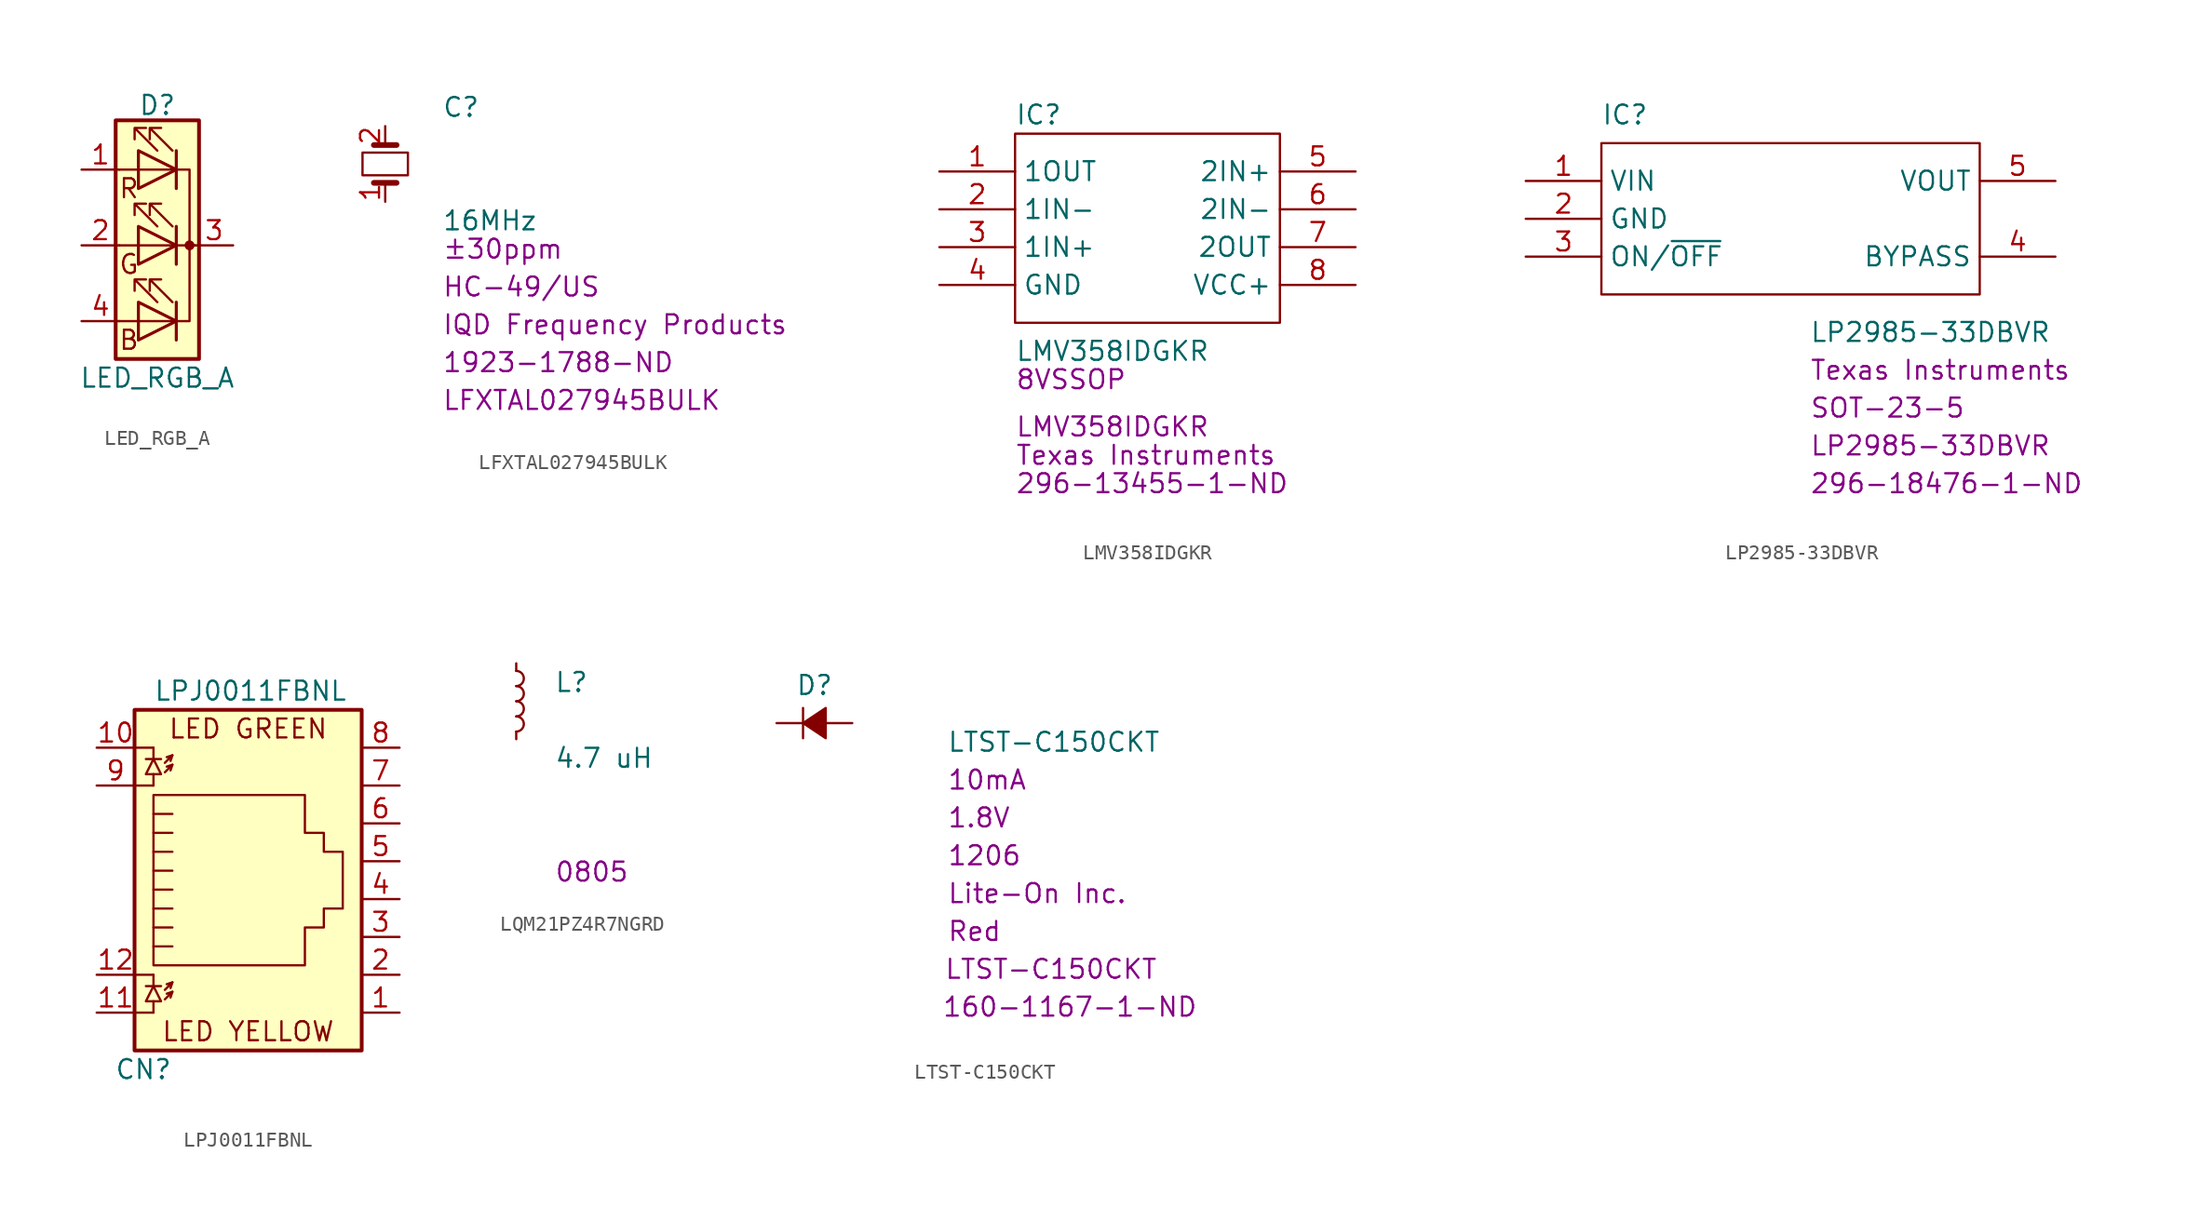
<source format=kicad_sym>
(kicad_symbol_lib
  (version 20220914)
  (generator kicad_symbol_editor)
  (symbol "LED_RGB_A"
    (pin_names
      (offset 0) hide)
    (property "Reference" "D"
      (at 0 9.398 0)
      (effects (font (size 1.27 1.27))))
    (property "Value" "LED_RGB_A"
      (at 0 -8.89 0)
      (effects (font (size 1.27 1.27))))
    (symbol "LED_RGB_A_0_0"
      (text "B" (at -1.905 -6.35 0) (effects (font (size 1.27 1.27))))
      (text "G" (at -1.905 -1.27 0) (effects (font (size 1.27 1.27))))
      (text "R" (at -1.905 3.81 0) (effects (font (size 1.27 1.27)))))
    (symbol "LED_RGB_A_0_1"
      (rectangle (start -2.794 8.382) (end 2.794 -7.62) (stroke (width 0.254) (type default)) (fill (type background)))
      (polyline (pts (xy -1.27 -5.08) (xy -2.54 -5.08)) (stroke (width 0) (type default)) (fill (type none)))
      (polyline (pts (xy -1.27 0) (xy -2.54 0)) (stroke (width 0) (type default)) (fill (type none)))
      (polyline (pts (xy -1.27 0) (xy 2.54 0)) (stroke (width 0) (type default)) (fill (type none)))
      (polyline (pts (xy -1.27 5.08) (xy -2.54 5.08)) (stroke (width 0) (type default)) (fill (type none)))
      (polyline (pts (xy 1.27 -3.81) (xy 1.27 -6.35)) (stroke (width 0.203) (type default)) (fill (type none)))
      (polyline (pts (xy 1.27 1.27) (xy 1.27 -1.27)) (stroke (width 0.203) (type default)) (fill (type none)))
      (polyline (pts (xy 1.27 6.35) (xy 1.27 3.81)) (stroke (width 0.203) (type default)) (fill (type none)))
      (polyline (pts (xy -1.27 -3.81) (xy -1.27 -6.35) (xy 1.27 -5.08) (xy -1.27 -3.81)) (stroke (width 0.203) (type default)) (fill (type none)))
      (polyline (pts (xy -1.27 1.27) (xy -1.27 -1.27) (xy 1.27 0) (xy -1.27 1.27)) (stroke (width 0.203) (type default)) (fill (type none)))
      (polyline (pts (xy -1.27 5.08) (xy 2.159 5.08) (xy 2.159 -5.08) (xy -1.27 -5.08)) (stroke (width 0) (type default)) (fill (type none)))
      (polyline (pts (xy -1.27 6.35) (xy -1.27 3.81) (xy 1.27 5.08) (xy -1.27 6.35)) (stroke (width 0.203) (type default)) (fill (type none)))
      (polyline (pts (xy 0 -3.81) (xy -1.524 -2.286) (xy -0.762 -2.286) (xy -1.524 -2.286) (xy -1.524 -3.048)) (stroke (width 0) (type default)) (fill (type none)))
      (polyline (pts (xy 0 1.27) (xy -1.524 2.794) (xy -0.762 2.794) (xy -1.524 2.794) (xy -1.524 2.032)) (stroke (width 0) (type default)) (fill (type none)))
      (polyline (pts (xy 0 6.35) (xy -1.524 7.874) (xy -0.762 7.874) (xy -1.524 7.874) (xy -1.524 7.112)) (stroke (width 0) (type default)) (fill (type none)))
      (polyline (pts (xy 1.016 -3.81) (xy -0.508 -2.286) (xy 0.254 -2.286) (xy -0.508 -2.286) (xy -0.508 -3.048)) (stroke (width 0) (type default)) (fill (type none)))
      (polyline (pts (xy 1.016 1.27) (xy -0.508 2.794) (xy 0.254 2.794) (xy -0.508 2.794) (xy -0.508 2.032)) (stroke (width 0) (type default)) (fill (type none)))
      (polyline (pts (xy 1.016 6.35) (xy -0.508 7.874) (xy 0.254 7.874) (xy -0.508 7.874) (xy -0.508 7.112)) (stroke (width 0) (type default)) (fill (type none)))
      (circle (center 2.159 0) (radius 0.254) (stroke (width 0) (type default)) (fill (type outline))))
    (symbol "LED_RGB_A_1_1"
      (pin passive line (at -5.08 5.08 0) (length 2.54) (name "RA" (effects (font (size 1.27 1.27)))) (number "1" (effects (font (size 1.27 1.27)))))
      (pin passive line (at -5.08 0 0) (length 2.54) (name "GA" (effects (font (size 1.27 1.27)))) (number "2" (effects (font (size 1.27 1.27)))))
      (pin passive line (at 5.08 0 180) (length 2.54) (name "K" (effects (font (size 1.27 1.27)))) (number "3" (effects (font (size 1.27 1.27)))))
      (pin passive line (at -5.08 -5.08 0) (length 2.54) (name "BA" (effects (font (size 1.27 1.27)))) (number "4" (effects (font (size 1.27 1.27)))))))
  (symbol "LFXTAL027945BULK"
    (property "Reference" "C"
      (at 3.81 3.81 0)
      (effects (font (size 1.27 1.27)) (justify left)))
    (property "Value" "LFXTAL027945BULK"
      (at 3.81 1.27 0)
      (effects (font (size 1.27 1.27)) (justify left)))
    (property "value" "16MHz"
      (at 3.81 -3.81 0)
      (effects (font (size 1.27 1.27)) (justify left)))
    (property "Tolerance" "±30ppm"
      (at 3.81 -5.715 0)
      (effects (font (size 1.27 1.27)) (justify left)))
    (property "Chip Set" "HC-49/US"
      (at 3.81 -8.255 0)
      (effects (font (size 1.27 1.27)) (justify left)))
    (property "Manufacturer" "IQD Frequency Products"
      (at 3.81 -10.795 0)
      (effects (font (size 1.27 1.27)) (justify left)))
    (property "MPN" "LFXTAL027945BULK"
      (at 3.81 -15.875 0)
      (effects (font (size 1.27 1.27)) (justify left)))
    (property "Digi-Key_PN" "1923-1788-ND"
      (at 3.81 -13.335 0)
      (effects (font (size 1.27 1.27)) (justify left)))
    (symbol "LFXTAL027945BULK_1_1"
      (polyline (pts (xy 0.762 -1.27) (xy -0.762 -1.27)) (stroke (width 0.381) (type default)) (fill (type none)))
      (polyline (pts (xy 0.762 1.27) (xy -0.762 1.27)) (stroke (width 0.381) (type default)) (fill (type none)))
      (rectangle (start 1.524 -0.762) (end -1.524 0.762) (stroke (width 0) (type default)) (fill (type none)))
      (pin passive line (at 0 -2.54 90) (length 1.27) (name "~" (effects (font (size 1.27 1.27)))) (number "1" (effects (font (size 1.27 1.27)))))
      (pin passive line (at 0 2.54 270) (length 1.27) (name "~" (effects (font (size 1.27 1.27)))) (number "2" (effects (font (size 1.27 1.27)))))))
  (symbol "LMV358IDGKR"
    (property "Reference" "IC"
      (at -8.89 7.62 0)
      (effects (font (size 1.27 1.27)) (justify left)))
    (property "Value" "LMV358IDGKR"
      (at -8.89 -8.255 0)
      (effects (font (size 1.27 1.27)) (justify left)))
    (property "Chip Set" "8VSSOP"
      (at -8.89 -10.16 0)
      (effects (font (size 1.27 1.27)) (justify left)))
    (property "Manufacturer" "Texas Instruments"
      (at -8.89 -15.24 0)
      (effects (font (size 1.27 1.27)) (justify left)))
    (property "MPN" "LMV358IDGKR"
      (at -8.89 -13.335 0)
      (effects (font (size 1.27 1.27)) (justify left)))
    (property "Digi-Key_PN" "296-13455-1-ND"
      (at -8.89 -17.145 0)
      (effects (font (size 1.27 1.27)) (justify left)))
    (symbol "LMV358IDGKR_1_1"
      (polyline (pts (xy -8.89 6.35) (xy 8.89 6.35) (xy 8.89 -6.35) (xy -8.89 -6.35) (xy -8.89 6.35)) (stroke (width 0.152) (type default)) (fill (type none)))
      (pin output line (at -13.97 3.81 0) (length 5.08) (name "1OUT" (effects (font (size 1.27 1.27)))) (number "1" (effects (font (size 1.27 1.27)))))
      (pin input line (at -13.97 1.27 0) (length 5.08) (name "1IN-" (effects (font (size 1.27 1.27)))) (number "2" (effects (font (size 1.27 1.27)))))
      (pin input line (at -13.97 -1.27 0) (length 5.08) (name "1IN+" (effects (font (size 1.27 1.27)))) (number "3" (effects (font (size 1.27 1.27)))))
      (pin power_in line (at -13.97 -3.81 0) (length 5.08) (name "GND" (effects (font (size 1.27 1.27)))) (number "4" (effects (font (size 1.27 1.27)))))
      (pin input line (at 13.97 3.81 180) (length 5.08) (name "2IN+" (effects (font (size 1.27 1.27)))) (number "5" (effects (font (size 1.27 1.27)))))
      (pin input line (at 13.97 1.27 180) (length 5.08) (name "2IN-" (effects (font (size 1.27 1.27)))) (number "6" (effects (font (size 1.27 1.27)))))
      (pin output line (at 13.97 -1.27 180) (length 5.08) (name "2OUT" (effects (font (size 1.27 1.27)))) (number "7" (effects (font (size 1.27 1.27)))))
      (pin power_in line (at 13.97 -3.81 180) (length 5.08) (name "VCC+" (effects (font (size 1.27 1.27)))) (number "8" (effects (font (size 1.27 1.27)))))))
  (symbol "LP2985-33DBVR"
    (property "Reference" "IC"
      (at -12.065 6.985 0)
      (effects (font (size 1.27 1.27)) (justify left)))
    (property "Value" "LP2985-33DBVR"
      (at 1.905 -7.62 0)
      (effects (font (size 1.27 1.27)) (justify left)))
    (property "Chip Set" "SOT-23-5"
      (at 1.905 -12.7 0)
      (effects (font (size 1.27 1.27)) (justify left)))
    (property "Manufacturer" "Texas Instruments"
      (at 1.905 -10.16 0)
      (effects (font (size 1.27 1.27)) (justify left)))
    (property "MPN" "LP2985-33DBVR"
      (at 1.905 -15.24 0)
      (effects (font (size 1.27 1.27)) (justify left)))
    (property "Digi-Key_PN" "296-18476-1-ND"
      (at 1.905 -17.78 0)
      (effects (font (size 1.27 1.27)) (justify left)))
    (symbol "LP2985-33DBVR_1_1"
      (polyline (pts (xy -12.065 5.08) (xy 13.335 5.08) (xy 13.335 -5.08) (xy -12.065 -5.08) (xy -12.065 5.08)) (stroke (width 0.152) (type default)) (fill (type none)))
      (pin power_in line (at -17.145 2.54 0) (length 5.08) (name "VIN" (effects (font (size 1.27 1.27)))) (number "1" (effects (font (size 1.27 1.27)))))
      (pin power_in line (at -17.145 0 0) (length 5.08) (name "GND" (effects (font (size 1.27 1.27)))) (number "2" (effects (font (size 1.27 1.27)))))
      (pin input line (at -17.145 -2.54 0) (length 5.08) (name "ON/~{OFF}" (effects (font (size 1.27 1.27)))) (number "3" (effects (font (size 1.27 1.27)))))
      (pin bidirectional line (at 18.415 -2.54 180) (length 5.08) (name "BYPASS" (effects (font (size 1.27 1.27)))) (number "4" (effects (font (size 1.27 1.27)))))
      (pin output line (at 18.415 2.54 180) (length 5.08) (name "VOUT" (effects (font (size 1.27 1.27)))) (number "5" (effects (font (size 1.27 1.27)))))))
  (symbol "LPJ0011FBNL"
    (property "Reference" "CN"
      (at -5.08 -11.43 0)
      (effects (font (size 1.27 1.27)) (justify right)))
    (property "Value" "LPJ0011FBNL"
      (at -6.35 13.97 0)
      (effects (font (size 1.27 1.27)) (justify left)))
    (symbol "LPJ0011FBNL_0_0"
      (text "LED GREEN" (at 0 11.43 0) (effects (font (size 1.27 1.27))))
      (text "LED YELLOW" (at 0 -8.89 0) (effects (font (size 1.27 1.27)))))
    (symbol "LPJ0011FBNL_0_1"
      (polyline (pts (xy -7.62 -7.62) (xy -6.35 -7.62)) (stroke (width 0) (type default)) (fill (type none)))
      (polyline (pts (xy -7.62 -5.08) (xy -6.35 -5.08)) (stroke (width 0) (type default)) (fill (type none)))
      (polyline (pts (xy -7.62 7.62) (xy -6.35 7.62)) (stroke (width 0) (type default)) (fill (type none)))
      (polyline (pts (xy -7.62 10.16) (xy -6.35 10.16)) (stroke (width 0) (type default)) (fill (type none)))
      (polyline (pts (xy -6.858 -5.842) (xy -5.842 -5.842)) (stroke (width 0) (type default)) (fill (type none)))
      (polyline (pts (xy -6.858 9.398) (xy -5.842 9.398)) (stroke (width 0) (type default)) (fill (type none)))
      (polyline (pts (xy -6.35 -7.62) (xy -6.35 -6.858)) (stroke (width 0) (type default)) (fill (type none)))
      (polyline (pts (xy -6.35 -5.08) (xy -6.35 -5.842)) (stroke (width 0) (type default)) (fill (type none)))
      (polyline (pts (xy -6.35 7.62) (xy -6.35 8.382)) (stroke (width 0) (type default)) (fill (type none)))
      (polyline (pts (xy -6.35 10.16) (xy -6.35 9.398)) (stroke (width 0) (type default)) (fill (type none)))
      (polyline (pts (xy -5.08 -6.223) (xy -5.207 -6.604)) (stroke (width 0) (type default)) (fill (type none)))
      (polyline (pts (xy -5.08 -5.588) (xy -5.207 -5.969)) (stroke (width 0) (type default)) (fill (type none)))
      (polyline (pts (xy -5.08 4.445) (xy -6.35 4.445)) (stroke (width 0) (type default)) (fill (type none)))
      (polyline (pts (xy -5.08 5.715) (xy -6.35 5.715)) (stroke (width 0) (type default)) (fill (type none)))
      (polyline (pts (xy -5.08 9.017) (xy -5.207 8.636)) (stroke (width 0) (type default)) (fill (type none)))
      (polyline (pts (xy -5.08 9.652) (xy -5.207 9.271)) (stroke (width 0) (type default)) (fill (type none)))
      (polyline (pts (xy -6.35 -3.175) (xy -5.08 -3.175) (xy -5.08 -3.175)) (stroke (width 0) (type default)) (fill (type none)))
      (polyline (pts (xy -6.35 -1.905) (xy -5.08 -1.905) (xy -5.08 -1.905)) (stroke (width 0) (type default)) (fill (type none)))
      (polyline (pts (xy -6.35 -0.635) (xy -5.08 -0.635) (xy -5.08 -0.635)) (stroke (width 0) (type default)) (fill (type none)))
      (polyline (pts (xy -6.35 0.635) (xy -5.08 0.635) (xy -5.08 0.635)) (stroke (width 0) (type default)) (fill (type none)))
      (polyline (pts (xy -6.35 1.905) (xy -5.08 1.905) (xy -5.08 1.905)) (stroke (width 0) (type default)) (fill (type none)))
      (polyline (pts (xy -5.588 -6.731) (xy -5.08 -6.223) (xy -5.461 -6.35)) (stroke (width 0) (type default)) (fill (type none)))
      (polyline (pts (xy -5.588 -6.096) (xy -5.08 -5.588) (xy -5.461 -5.715)) (stroke (width 0) (type default)) (fill (type none)))
      (polyline (pts (xy -5.588 8.509) (xy -5.08 9.017) (xy -5.461 8.89)) (stroke (width 0) (type default)) (fill (type none)))
      (polyline (pts (xy -5.588 9.144) (xy -5.08 9.652) (xy -5.461 9.525)) (stroke (width 0) (type default)) (fill (type none)))
      (polyline (pts (xy -5.08 3.175) (xy -6.35 3.175) (xy -6.35 3.175)) (stroke (width 0) (type default)) (fill (type none)))
      (polyline (pts (xy -6.35 -5.842) (xy -6.858 -6.858) (xy -5.842 -6.858) (xy -6.35 -5.842)) (stroke (width 0) (type default)) (fill (type none)))
      (polyline (pts (xy -6.35 9.398) (xy -6.858 8.382) (xy -5.842 8.382) (xy -6.35 9.398)) (stroke (width 0) (type default)) (fill (type none)))
      (polyline (pts (xy -6.35 -4.445) (xy -6.35 6.985) (xy 3.81 6.985) (xy 3.81 4.445) (xy 5.08 4.445) (xy 5.08 3.175) (xy 6.35 3.175) (xy 6.35 -0.635) (xy 5.08 -0.635) (xy 5.08 -1.905) (xy 3.81 -1.905) (xy 3.81 -4.445) (xy -6.35 -4.445) (xy -6.35 -4.445)) (stroke (width 0) (type default)) (fill (type none)))
      (rectangle (start 7.62 12.7) (end -7.62 -10.16) (stroke (width 0.254) (type default)) (fill (type background))))
    (symbol "LPJ0011FBNL_1_1"
      (pin passive line (at 10.16 -7.62 180) (length 2.54) (name "~" (effects (font (size 1.27 1.27)))) (number "1" (effects (font (size 1.27 1.27)))))
      (pin passive line (at -10.16 10.16 0) (length 2.54) (name "~" (effects (font (size 1.27 1.27)))) (number "10" (effects (font (size 1.27 1.27)))))
      (pin passive line (at -10.16 -7.62 0) (length 2.54) (name "~" (effects (font (size 1.27 1.27)))) (number "11" (effects (font (size 1.27 1.27)))))
      (pin passive line (at -10.16 -5.08 0) (length 2.54) (name "~" (effects (font (size 1.27 1.27)))) (number "12" (effects (font (size 1.27 1.27)))))
      (pin passive line (at 10.16 -5.08 180) (length 2.54) (name "~" (effects (font (size 1.27 1.27)))) (number "2" (effects (font (size 1.27 1.27)))))
      (pin passive line (at 10.16 -2.54 180) (length 2.54) (name "~" (effects (font (size 1.27 1.27)))) (number "3" (effects (font (size 1.27 1.27)))))
      (pin passive line (at 10.16 0 180) (length 2.54) (name "~" (effects (font (size 1.27 1.27)))) (number "4" (effects (font (size 1.27 1.27)))))
      (pin passive line (at 10.16 2.54 180) (length 2.54) (name "~" (effects (font (size 1.27 1.27)))) (number "5" (effects (font (size 1.27 1.27)))))
      (pin passive line (at 10.16 5.08 180) (length 2.54) (name "~" (effects (font (size 1.27 1.27)))) (number "6" (effects (font (size 1.27 1.27)))))
      (pin passive line (at 10.16 7.62 180) (length 2.54) (name "~" (effects (font (size 1.27 1.27)))) (number "7" (effects (font (size 1.27 1.27)))))
      (pin passive line (at 10.16 10.16 180) (length 2.54) (name "~" (effects (font (size 1.27 1.27)))) (number "8" (effects (font (size 1.27 1.27)))))
      (pin passive line (at -10.16 7.62 0) (length 2.54) (name "~" (effects (font (size 1.27 1.27)))) (number "9" (effects (font (size 1.27 1.27)))))))
  (symbol "LQM21PZ4R7NGRD"
    (pin_numbers hide)
    (pin_names
      (offset 0.254) hide)
    (property "Reference" "L"
      (at 2.54 1.27 0)
      (effects (font (size 1.27 1.27)) (justify left)))
    (property "Value" "LQM21PZ4R7NGRD"
      (at 2.54 -1.27 0)
      (effects (font (size 1.27 1.27)) (justify left)))
    (property "value" "4.7 uH"
      (at 2.54 -3.81 0)
      (effects (font (size 1.27 1.27)) (justify left)))
    (property "Chip Set" "0805"
      (at 2.54 -11.43 0)
      (effects (font (size 1.27 1.27)) (justify left)))
    (symbol "LQM21PZ4R7NGRD_0_1"
      (arc (start 0 -2.032) (mid 0.5058 -1.524) (end 0 -1.016) (stroke (width 0) (type default)) (fill (type none)))
      (arc (start 0 -1.016) (mid 0.5058 -0.508) (end 0 0) (stroke (width 0) (type default)) (fill (type none)))
      (arc (start 0 0) (mid 0.5058 0.508) (end 0 1.016) (stroke (width 0) (type default)) (fill (type none)))
      (arc (start 0 1.016) (mid 0.5058 1.524) (end 0 2.032) (stroke (width 0) (type default)) (fill (type none))))
    (symbol "LQM21PZ4R7NGRD_1_1"
      (pin passive line (at 0 2.54 270) (length 0.508) (name "~" (effects (font (size 1.27 1.27)))) (number "1" (effects (font (size 1.27 1.27)))))
      (pin passive line (at 0 -2.54 90) (length 0.508) (name "~" (effects (font (size 1.27 1.27)))) (number "2" (effects (font (size 1.27 1.27)))))))
  (symbol "LTST-C150CKT"
    (pin_numbers hide)
    (pin_names
      (offset 0.254) hide)
    (property "Reference" "D"
      (at -1.27 2.54 0)
      (effects (font (size 1.27 1.27)) (justify left)))
    (property "Value" "LTST-C150CKT"
      (at 8.89 -1.27 0)
      (effects (font (size 1.27 1.27)) (justify left)))
    (property "Current" "10mA"
      (at 8.89 -3.81 0)
      (effects (font (size 1.27 1.27)) (justify left)))
    (property "Voltage - Forward" "1.8V"
      (at 8.89 -6.35 0)
      (effects (font (size 1.27 1.27)) (justify left)))
    (property "Chip set" "1206"
      (at 8.89 -8.89 0)
      (effects (font (size 1.27 1.27)) (justify left)))
    (property "Manufacturer" "Lite-On Inc."
      (at 8.89 -11.43 0)
      (effects (font (size 1.27 1.27)) (justify left)))
    (property "Color" "Red"
      (at 8.89 -13.97 0)
      (effects (font (size 1.27 1.27)) (justify left)))
    (property "MPN" "LTST-C150CKT"
      (at 15.875 -16.51 0)
      (effects (font (size 1.27 1.27))))
    (property "Digi-Key_PN" "160-1167-1-ND"
      (at 17.145 -19.05 0)
      (effects (font (size 1.27 1.27))))
    (symbol "LTST-C150CKT_0_1"
      (polyline (pts (xy -0.762 -1.016) (xy -0.762 1.016)) (stroke (width 0) (type default)) (fill (type none)))
      (polyline (pts (xy -0.762 0) (xy 0.762 0)) (stroke (width 0) (type default)) (fill (type none)))
      (polyline (pts (xy 0.762 -1.016) (xy -0.762 0) (xy 0.762 1.016) (xy 0.762 -1.016)) (stroke (width 0) (type default)) (fill (type outline))))
    (symbol "LTST-C150CKT_1_1"
      (pin passive line (at -2.54 0 0) (length 1.778) (name "K" (effects (font (size 1.27 1.27)))) (number "1" (effects (font (size 1.27 1.27)))))
      (pin passive line (at 2.54 0 180) (length 1.778) (name "A" (effects (font (size 1.27 1.27)))) (number "2" (effects (font (size 1.27 1.27))))))))
</source>
